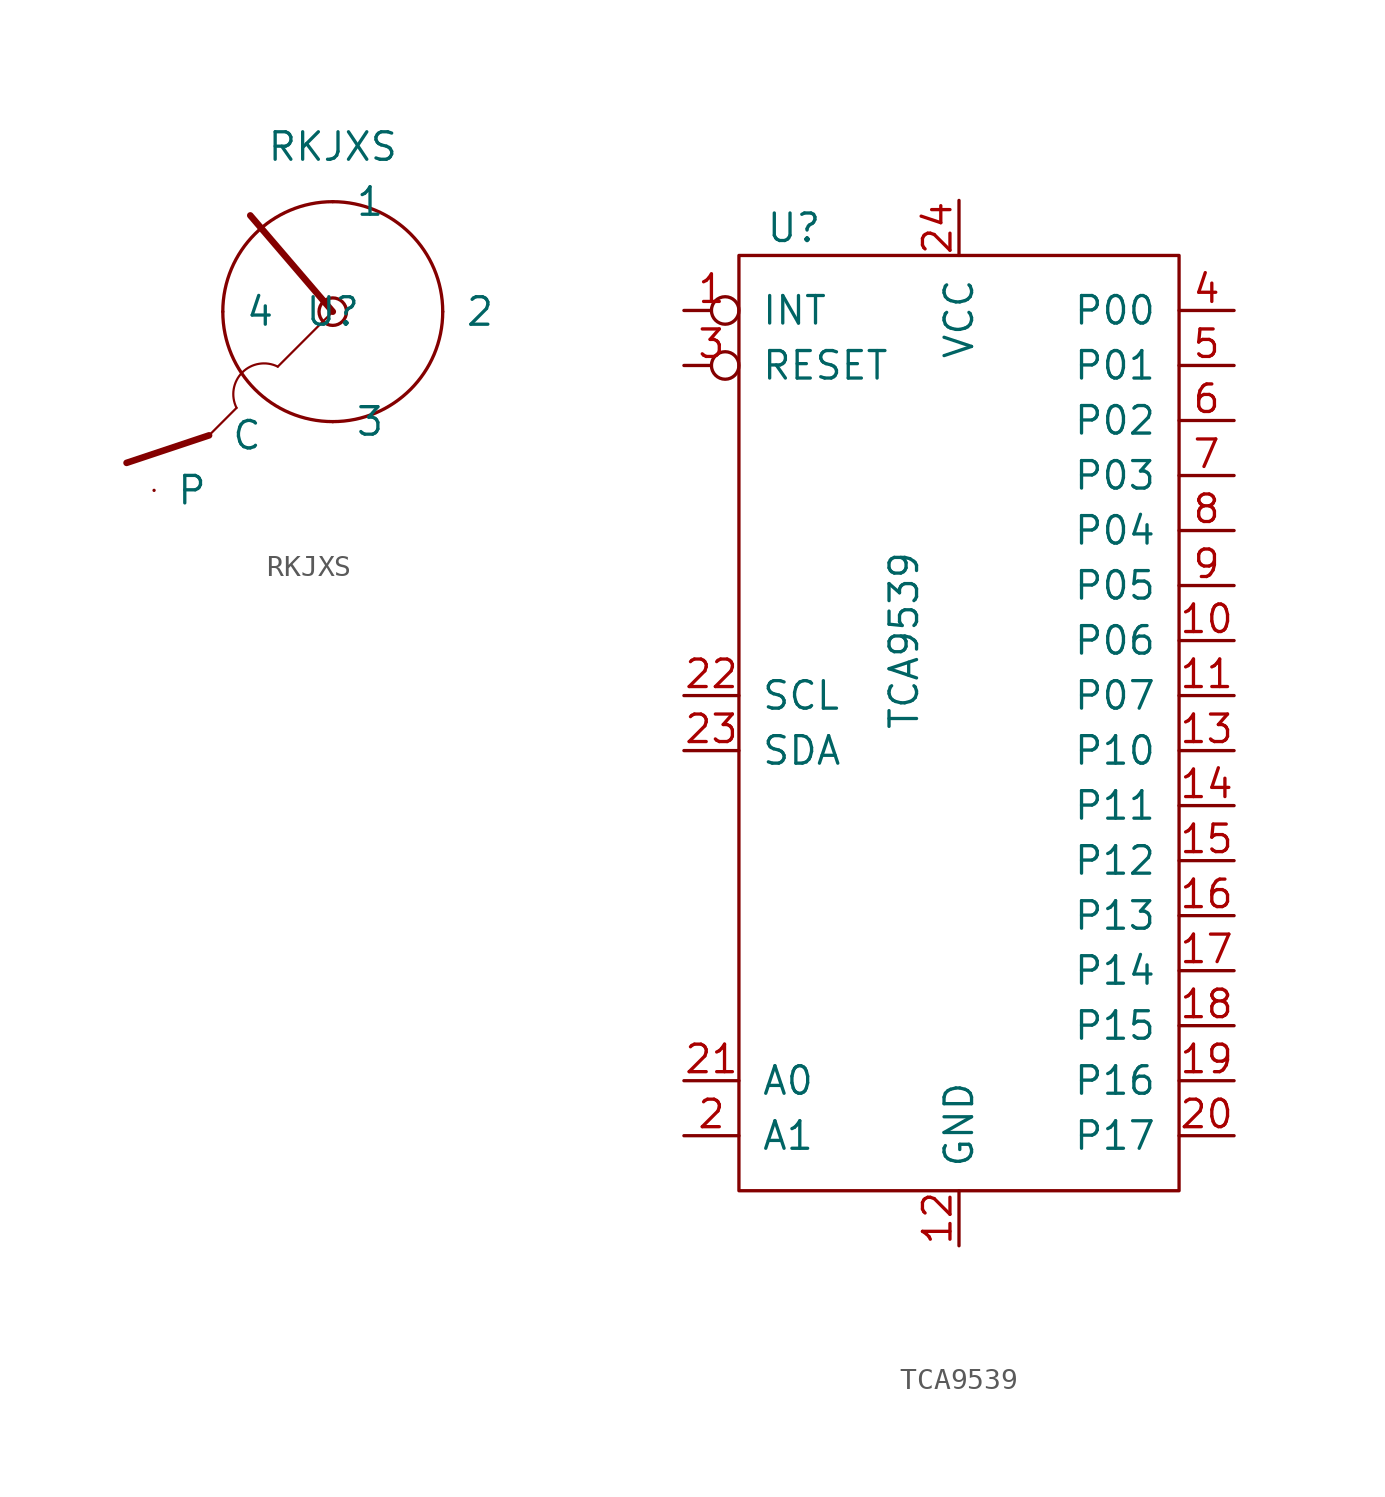
<source format=kicad_sym>
(kicad_symbol_lib
  (version 20231120)
  (generator "kicad_symbol_editor")
  (generator_version "8.0")
  (symbol "RKJXS"
    (pin_numbers hide)
    (pin_names
      (offset 1.016))
    (property "Reference" "U"
      (at 0 0 0)
      (effects (font (size 1.27 1.27))))
    (property "Value" "RKJXS"
      (at 0 7.62 0)
      (effects (font (size 1.27 1.27))))
    (symbol "RKJXS_0_1"
      (arc (start -2.54 -2.54) (mid -4.179 -2.806) (end -4.445 -4.445) (stroke (width 0.1016) (type solid)) (fill (type none)))
      (polyline (pts (xy -5.715 -5.715) (xy -9.525 -6.985)) (stroke (width 0.305) (type solid)) (fill (type none)))
      (polyline (pts (xy -5.715 -5.715) (xy -4.445 -4.445)) (stroke (width 0.102) (type solid)) (fill (type none)))
      (polyline (pts (xy -2.54 -2.54) (xy 0 0)) (stroke (width 0.102) (type solid)) (fill (type none)))
      (polyline (pts (xy 0 0) (xy -3.81 4.445)) (stroke (width 0.305) (type solid)) (fill (type none)))
      (circle (center 0 0) (radius 0.635) (stroke (width 0) (type solid)) (fill (type none)))
      (circle (center 0 0) (radius 5.08) (stroke (width 0) (type solid)) (fill (type none))))
    (symbol "RKJXS_1_1"
      (pin passive line (at 0 5.08 0) (length 0) (name "1" (effects (font (size 1.27 1.27)))) (number "1" (effects (font (size 1.27 1.27)))))
      (pin passive line (at 5.08 0 0) (length 0) (name "2" (effects (font (size 1.27 1.27)))) (number "2" (effects (font (size 1.27 1.27)))))
      (pin passive line (at 0 -5.08 0) (length 0) (name "3" (effects (font (size 1.27 1.27)))) (number "3" (effects (font (size 1.27 1.27)))))
      (pin passive line (at -5.08 0 0) (length 0) (name "4" (effects (font (size 1.27 1.27)))) (number "4" (effects (font (size 1.27 1.27)))))
      (pin passive line (at -5.715 -5.715 0) (length 0) (name "C" (effects (font (size 1.27 1.27)))) (number "C" (effects (font (size 1.27 1.27)))))
      (pin passive line (at -8.255 -8.255 0) (length 0) (name "P" (effects (font (size 1.27 1.27)))) (number "P" (effects (font (size 1.27 1.27)))))))
  (symbol "TCA9539"
    (pin_names
      (offset 1.016))
    (property "Reference" "U"
      (at -7.62 22.86 0)
      (effects (font (size 1.27 1.27))))
    (property "Value" "TCA9539"
      (at -2.54 3.81 90)
      (effects (font (size 1.27 1.27))))
    (symbol "TCA9539_0_0"
      (pin bidirectional line (at 12.7 3.81 180) (length 2.54) (name "P06" (effects (font (size 1.27 1.27)))) (number "10" (effects (font (size 1.27 1.27)))))
      (pin bidirectional line (at 12.7 1.27 180) (length 2.54) (name "P07" (effects (font (size 1.27 1.27)))) (number "11" (effects (font (size 1.27 1.27)))))
      (pin power_in line (at 0 -24.13 90) (length 2.54) (name "GND" (effects (font (size 1.27 1.27)))) (number "12" (effects (font (size 1.27 1.27)))))
      (pin bidirectional line (at 12.7 -1.27 180) (length 2.54) (name "P10" (effects (font (size 1.27 1.27)))) (number "13" (effects (font (size 1.27 1.27)))))
      (pin bidirectional line (at 12.7 -3.81 180) (length 2.54) (name "P11" (effects (font (size 1.27 1.27)))) (number "14" (effects (font (size 1.27 1.27)))))
      (pin bidirectional line (at 12.7 -6.35 180) (length 2.54) (name "P12" (effects (font (size 1.27 1.27)))) (number "15" (effects (font (size 1.27 1.27)))))
      (pin bidirectional line (at 12.7 -8.89 180) (length 2.54) (name "P13" (effects (font (size 1.27 1.27)))) (number "16" (effects (font (size 1.27 1.27)))))
      (pin bidirectional line (at 12.7 -11.43 180) (length 2.54) (name "P14" (effects (font (size 1.27 1.27)))) (number "17" (effects (font (size 1.27 1.27)))))
      (pin bidirectional line (at 12.7 -13.97 180) (length 2.54) (name "P15" (effects (font (size 1.27 1.27)))) (number "18" (effects (font (size 1.27 1.27)))))
      (pin bidirectional line (at 12.7 -16.51 180) (length 2.54) (name "P16" (effects (font (size 1.27 1.27)))) (number "19" (effects (font (size 1.27 1.27)))))
      (pin bidirectional line (at 12.7 -19.05 180) (length 2.54) (name "P17" (effects (font (size 1.27 1.27)))) (number "20" (effects (font (size 1.27 1.27)))))
      (pin input line (at -12.7 -16.51 0) (length 2.54) (name "A0" (effects (font (size 1.27 1.27)))) (number "21" (effects (font (size 1.27 1.27)))))
      (pin input line (at -12.7 1.27 0) (length 2.54) (name "SCL" (effects (font (size 1.27 1.27)))) (number "22" (effects (font (size 1.27 1.27)))))
      (pin bidirectional line (at -12.7 -1.27 0) (length 2.54) (name "SDA" (effects (font (size 1.27 1.27)))) (number "23" (effects (font (size 1.27 1.27)))))
      (pin power_in line (at 0 24.13 270) (length 2.54) (name "VCC" (effects (font (size 1.27 1.27)))) (number "24" (effects (font (size 1.27 1.27)))))
      (pin input inverted (at -12.7 16.51 0) (length 2.54) (name "RESET" (effects (font (size 1.27 1.27)))) (number "3" (effects (font (size 1.27 1.27)))))
      (pin bidirectional line (at 12.7 19.05 180) (length 2.54) (name "P00" (effects (font (size 1.27 1.27)))) (number "4" (effects (font (size 1.27 1.27)))))
      (pin bidirectional line (at 12.7 16.51 180) (length 2.54) (name "P01" (effects (font (size 1.27 1.27)))) (number "5" (effects (font (size 1.27 1.27)))))
      (pin bidirectional line (at 12.7 13.97 180) (length 2.54) (name "P02" (effects (font (size 1.27 1.27)))) (number "6" (effects (font (size 1.27 1.27)))))
      (pin bidirectional line (at 12.7 11.43 180) (length 2.54) (name "P03" (effects (font (size 1.27 1.27)))) (number "7" (effects (font (size 1.27 1.27)))))
      (pin bidirectional line (at 12.7 8.89 180) (length 2.54) (name "P04" (effects (font (size 1.27 1.27)))) (number "8" (effects (font (size 1.27 1.27)))))
      (pin bidirectional line (at 12.7 6.35 180) (length 2.54) (name "P05" (effects (font (size 1.27 1.27)))) (number "9" (effects (font (size 1.27 1.27))))))
    (symbol "TCA9539_0_1"
      (rectangle (start -10.16 21.59) (end 10.16 -21.59) (stroke (width 0) (type solid)) (fill (type none))))
    (symbol "TCA9539_1_1"
      (pin output inverted (at -12.7 19.05 0) (length 2.54) (name "INT" (effects (font (size 1.27 1.27)))) (number "1" (effects (font (size 1.27 1.27)))))
      (pin input line (at -12.7 -19.05 0) (length 2.54) (name "A1" (effects (font (size 1.27 1.27)))) (number "2" (effects (font (size 1.27 1.27))))))))
</source>
